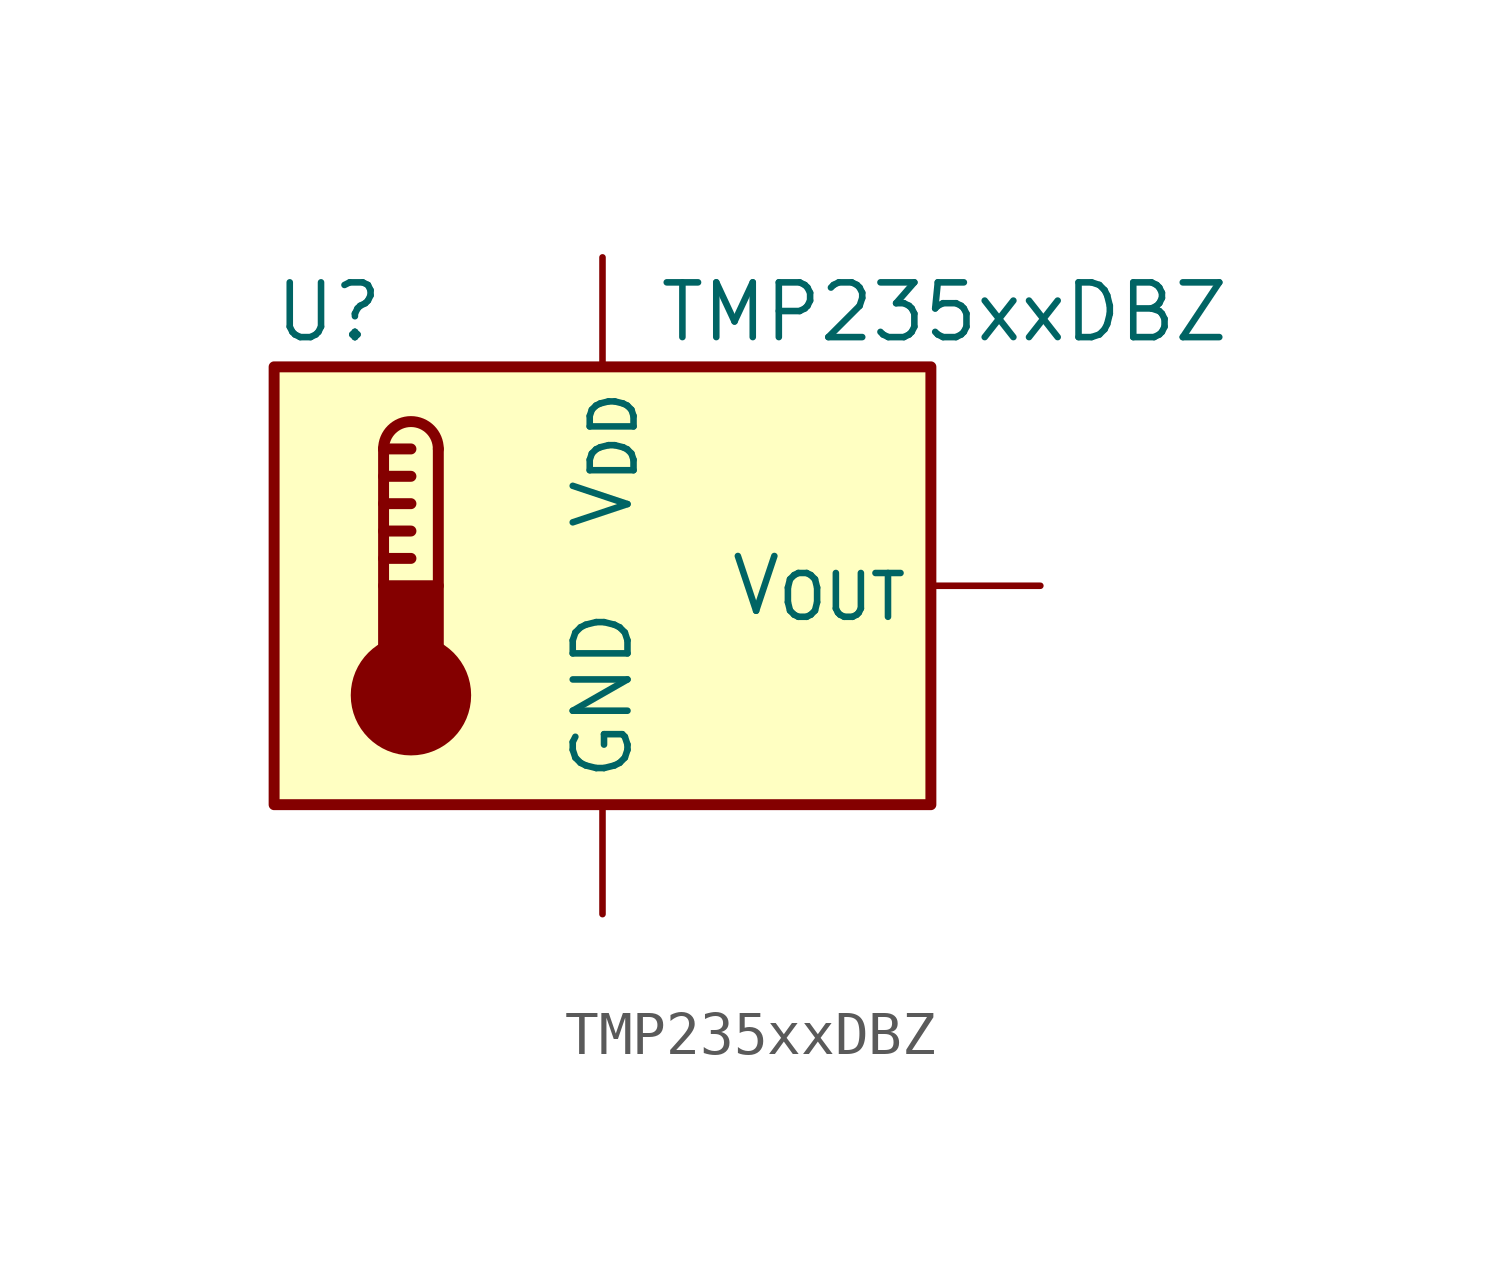
<source format=kicad_sym>
(kicad_symbol_lib
  (version 20231120)
  (generator "kicad_symbol_editor")
  (generator_version "8.0")
  (symbol "TMP235xxDBZ"
    (pin_numbers hide)
    (property "Reference" "U"
      (at -6.35 6.35 0)
      (effects (font (size 1.27 1.27))))
    (property "Value" "TMP235xxDBZ"
      (at 1.27 6.35 0)
      (effects (font (size 1.27 1.27)) (justify left)))
    (symbol "TMP235xxDBZ_0_1"
      (rectangle (start -7.62 5.08) (end 7.62 -5.08) (stroke (width 0.254) (type default)) (fill (type background)))
      (circle (center -4.445 -2.54) (radius 1.27) (stroke (width 0.254) (type default)) (fill (type outline)))
      (rectangle (start -3.81 -1.905) (end -5.08 0) (stroke (width 0.254) (type default)) (fill (type outline)))
      (arc (start -3.81 3.175) (mid -4.445 3.8073) (end -5.08 3.175) (stroke (width 0.254) (type default)) (fill (type none)))
      (polyline (pts (xy -5.08 0.635) (xy -4.445 0.635)) (stroke (width 0.254) (type default)) (fill (type none)))
      (polyline (pts (xy -5.08 1.27) (xy -4.445 1.27)) (stroke (width 0.254) (type default)) (fill (type none)))
      (polyline (pts (xy -5.08 1.905) (xy -4.445 1.905)) (stroke (width 0.254) (type default)) (fill (type none)))
      (polyline (pts (xy -5.08 2.54) (xy -4.445 2.54)) (stroke (width 0.254) (type default)) (fill (type none)))
      (polyline (pts (xy -5.08 3.175) (xy -5.08 0)) (stroke (width 0.254) (type default)) (fill (type none)))
      (polyline (pts (xy -5.08 3.175) (xy -4.445 3.175)) (stroke (width 0.254) (type default)) (fill (type none)))
      (polyline (pts (xy -3.81 3.175) (xy -3.81 0)) (stroke (width 0.254) (type default)) (fill (type none))))
    (symbol "TMP235xxDBZ_1_1"
      (pin power_in line (at 0 7.62 270) (length 2.54) (name "V_{DD}" (effects (font (size 1.27 1.27)))) (number "1" (effects (font (size 1.27 1.27)))))
      (pin output line (at 10.16 0 180) (length 2.54) (name "V_{OUT}" (effects (font (size 1.27 1.27)))) (number "2" (effects (font (size 1.27 1.27)))))
      (pin power_in line (at 0 -7.62 90) (length 2.54) (name "GND" (effects (font (size 1.27 1.27)))) (number "3" (effects (font (size 1.27 1.27))))))))
</source>
